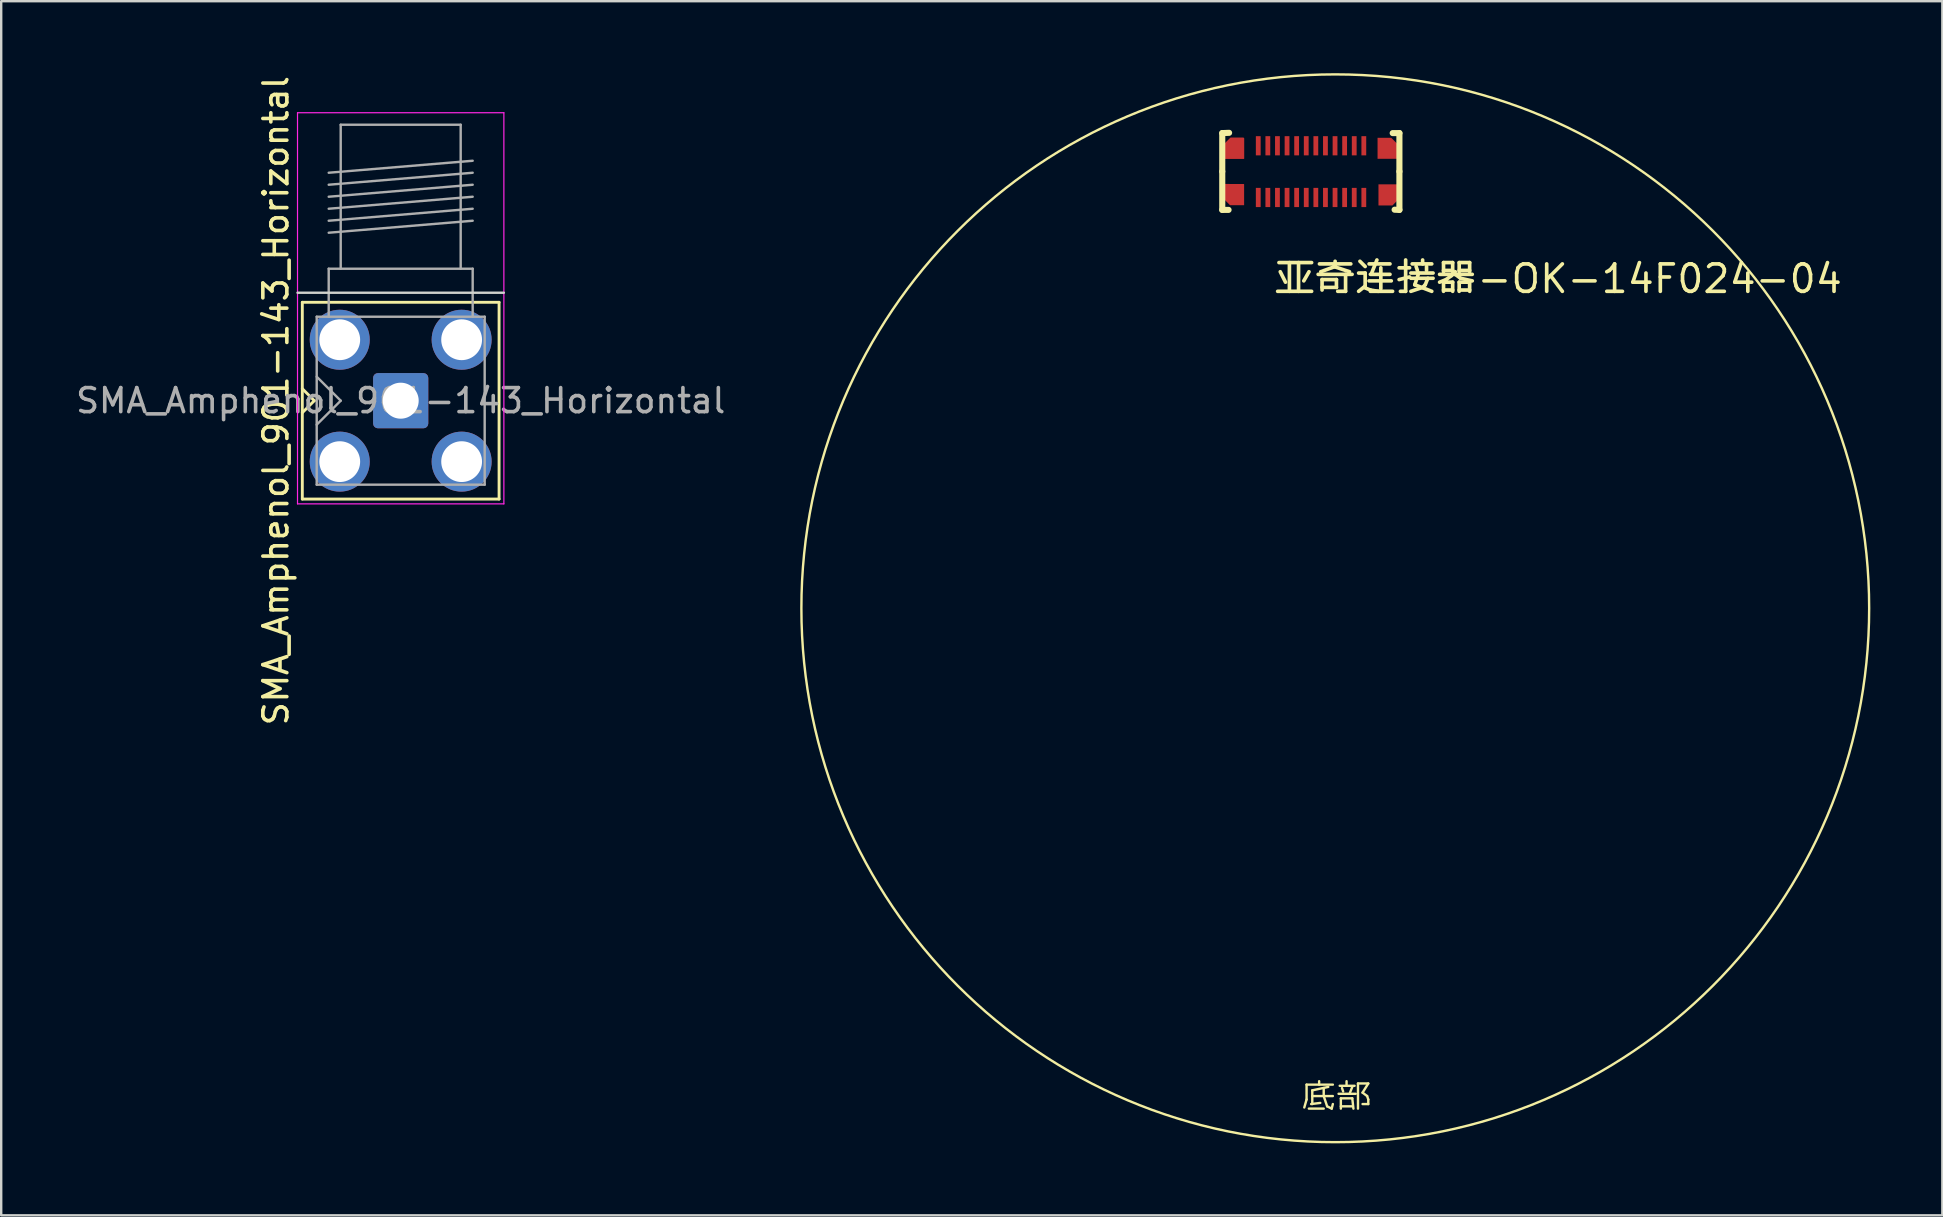
<source format=kicad_pcb>
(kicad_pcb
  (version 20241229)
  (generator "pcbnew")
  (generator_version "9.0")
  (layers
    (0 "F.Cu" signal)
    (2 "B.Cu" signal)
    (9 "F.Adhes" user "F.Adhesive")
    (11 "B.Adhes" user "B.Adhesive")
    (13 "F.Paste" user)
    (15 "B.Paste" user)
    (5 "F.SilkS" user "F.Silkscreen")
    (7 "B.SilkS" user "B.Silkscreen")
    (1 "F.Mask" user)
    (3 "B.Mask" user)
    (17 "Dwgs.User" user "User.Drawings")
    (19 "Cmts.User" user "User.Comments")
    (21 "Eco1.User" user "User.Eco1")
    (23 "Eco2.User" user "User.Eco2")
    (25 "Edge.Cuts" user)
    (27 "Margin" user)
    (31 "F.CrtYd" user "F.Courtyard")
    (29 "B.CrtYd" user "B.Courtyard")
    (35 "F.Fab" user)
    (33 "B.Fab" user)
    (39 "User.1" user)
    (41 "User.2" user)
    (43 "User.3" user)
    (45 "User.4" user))
  (footprint "亚奇连接器-OK-14F024-04"
    (layer "F.Cu")
    (at 51.988 23.57)
    (property "Reference" "亚奇连接器-OK-14F024-04" (at -2 -15 180) (layer "F.SilkS") (effects (font (size 1.143 1.143) (thickness 0.152)) (justify left)))
    (attr smd)
    (fp_poly (pts (xy 2.939 -20.876) (xy 2.943 -20.875) (xy 3.228 -20.591) (xy 3.228 -20.002) (xy 3.224 -20.001) (xy 2.372 -20.001) (xy 2.372 -20) (xy 2.372 -20.876) (xy 2.939 -20.876)) (stroke (width 0) (type solid)) (fill yes) (layer "F.Cu"))
    (fp_poly (pts (xy -3.215 -20.888) (xy -3.185 -20.857) (xy -3.185 -20.007) (xy -3.198 -19.997) (xy -4.058 -19.997) (xy -4.062 -19.994) (xy -4.062 -20.58) (xy -4.052 -20.593) (xy -3.757 -20.888) (xy -3.215 -20.888)) (stroke (width 0) (type solid)) (fill yes) (layer "F.Cu"))
    (fp_poly (pts (xy -3.198 -18.068) (xy -3.773 -18.068) (xy -3.776 -18.068) (xy -4.06 -18.352) (xy -4.06 -18.944) (xy -4.05 -18.954) (xy -3.202 -18.951) (xy -3.189 -18.938) (xy -3.189 -18.072) (xy -3.191 -18.07)) (stroke (width 0) (type solid)) (fill yes) (layer "F.Cu"))
    (fp_poly (pts (xy 3.265 -18.347) (xy 3.265 -18.938) (xy 3.266 -18.939) (xy 2.412 -18.939) (xy 2.41 -18.937) (xy 2.41 -18.061) (xy 2.414 -18.057) (xy 2.998 -18.057) (xy 2.999 -18.057) (xy 2.999 -18.064) (xy 3.269 -18.335)) (stroke (width 0) (type solid)) (fill yes) (layer "F.Cu"))
    (fp_line (start -4.079 -20.596) (end -3.779 -20.896) (stroke (width 0.045) (type solid)) (layer "F.Mask"))
    (fp_line (start -4.079 -19.976) (end -4.079 -20.596) (stroke (width 0.045) (type solid)) (layer "F.Mask"))
    (fp_line (start -4.078 -18.967) (end -4.078 -18.347) (stroke (width 0.045) (type solid)) (layer "F.Mask"))
    (fp_line (start -4.078 -18.347) (end -3.778 -18.046) (stroke (width 0.045) (type solid)) (layer "F.Mask"))
    (fp_line (start -3.779 -20.896) (end -3.179 -20.896) (stroke (width 0.045) (type solid)) (layer "F.Mask"))
    (fp_line (start -3.778 -18.046) (end -3.178 -18.046) (stroke (width 0.045) (type solid)) (layer "F.Mask"))
    (fp_line (start -3.179 -20.896) (end -3.179 -19.976) (stroke (width 0.045) (type solid)) (layer "F.Mask"))
    (fp_line (start -3.179 -19.976) (end -4.079 -19.976) (stroke (width 0.045) (type solid)) (layer "F.Mask"))
    (fp_line (start -3.178 -18.967) (end -4.078 -18.967) (stroke (width 0.045) (type solid)) (layer "F.Mask"))
    (fp_line (start -3.178 -18.046) (end -3.178 -18.967) (stroke (width 0.045) (type solid)) (layer "F.Mask"))
    (fp_line (start 2.349 -20.898) (end 2.349 -19.978) (stroke (width 0.045) (type solid)) (layer "F.Mask"))
    (fp_line (start 2.349 -19.978) (end 3.249 -19.978) (stroke (width 0.045) (type solid)) (layer "F.Mask"))
    (fp_line (start 2.388 -18.958) (end 3.288 -18.958) (stroke (width 0.045) (type solid)) (layer "F.Mask"))
    (fp_line (start 2.388 -18.038) (end 2.388 -18.958) (stroke (width 0.045) (type solid)) (layer "F.Mask"))
    (fp_line (start 2.949 -20.898) (end 2.349 -20.898) (stroke (width 0.045) (type solid)) (layer "F.Mask"))
    (fp_line (start 2.988 -18.038) (end 2.388 -18.038) (stroke (width 0.045) (type solid)) (layer "F.Mask"))
    (fp_line (start 3.249 -20.598) (end 2.949 -20.898) (stroke (width 0.045) (type solid)) (layer "F.Mask"))
    (fp_line (start 3.249 -19.978) (end 3.249 -20.598) (stroke (width 0.045) (type solid)) (layer "F.Mask"))
    (fp_line (start 3.288 -18.958) (end 3.288 -18.338) (stroke (width 0.045) (type solid)) (layer "F.Mask"))
    (fp_line (start 3.288 -18.338) (end 2.988 -18.038) (stroke (width 0.045) (type solid)) (layer "F.Mask"))
    (fp_line (start -4.1 -21.073) (end -3.815 -21.085) (stroke (width 0.254) (type solid)) (layer "F.SilkS"))
    (fp_line (start -4.1 -19.473) (end -4.1 -21.073) (stroke (width 0.254) (type solid)) (layer "F.SilkS"))
    (fp_line (start -4.1 -19.473) (end -4.1 -17.873) (stroke (width 0.254) (type solid)) (layer "F.SilkS"))
    (fp_line (start -4.1 -17.873) (end -3.837 -17.873) (stroke (width 0.254) (type solid)) (layer "F.SilkS"))
    (fp_line (start 3.283 -21.073) (end 3.003 -21.073) (stroke (width 0.254) (type solid)) (layer "F.SilkS"))
    (fp_line (start 3.283 -19.473) (end 3.283 -21.073) (stroke (width 0.254) (type solid)) (layer "F.SilkS"))
    (fp_line (start 3.283 -19.473) (end 3.283 -17.873) (stroke (width 0.254) (type solid)) (layer "F.SilkS"))
    (fp_line (start 3.283 -17.873) (end 3.083 -17.88) (stroke (width 0.254) (type solid)) (layer "F.SilkS"))
    (fp_circle (center 0.61 -1.27) (end 0.61 -23.52) (stroke (width 0.1) (type default)) (fill no) (layer "F.SilkS"))
    (fp_text user "底部" (at -0.89 19.71 0) (unlocked yes) (layer "F.SilkS") (effects (font (size 1 1) (thickness 0.1)) (justify left bottom)))
    (pad "1" smd rect (at -2.6 -18.39 180) (size 0.2 0.8) (layers "F.Cu" "F.Mask" "F.Paste"))
    (pad "2" smd rect (at -2.2 -18.39 180) (size 0.2 0.8) (layers "F.Cu" "F.Mask" "F.Paste"))
    (pad "3" smd rect (at -1.8 -18.39 180) (size 0.2 0.8) (layers "F.Cu" "F.Mask" "F.Paste"))
    (pad "4" smd rect (at -1.4 -18.39 180) (size 0.2 0.8) (layers "F.Cu" "F.Mask" "F.Paste"))
    (pad "5" smd rect (at -1 -18.39 180) (size 0.2 0.8) (layers "F.Cu" "F.Mask" "F.Paste"))
    (pad "6" smd rect (at -0.6 -18.39 180) (size 0.2 0.8) (layers "F.Cu" "F.Mask" "F.Paste"))
    (pad "7" smd rect (at -0.2 -18.39 180) (size 0.2 0.8) (layers "F.Cu" "F.Mask" "F.Paste"))
    (pad "8" smd rect (at 0.2 -18.39 180) (size 0.2 0.8) (layers "F.Cu" "F.Mask" "F.Paste"))
    (pad "9" smd rect (at 0.6 -18.39 180) (size 0.2 0.8) (layers "F.Cu" "F.Mask" "F.Paste"))
    (pad "10" smd rect (at 1 -18.39 180) (size 0.2 0.8) (layers "F.Cu" "F.Mask" "F.Paste"))
    (pad "11" smd rect (at 1.4 -18.39 180) (size 0.2 0.8) (layers "F.Cu" "F.Mask" "F.Paste"))
    (pad "12" smd rect (at 1.8 -18.39 180) (size 0.2 0.8) (layers "F.Cu" "F.Mask" "F.Paste"))
    (pad "13" smd rect (at 1.8 -20.545 180) (size 0.2 0.8) (layers "F.Cu" "F.Mask" "F.Paste"))
    (pad "14" smd rect (at 1.4 -20.545 180) (size 0.2 0.8) (layers "F.Cu" "F.Mask" "F.Paste"))
    (pad "15" smd rect (at 1 -20.545 180) (size 0.2 0.8) (layers "F.Cu" "F.Mask" "F.Paste"))
    (pad "16" smd rect (at 0.6 -20.545 180) (size 0.2 0.8) (layers "F.Cu" "F.Mask" "F.Paste"))
    (pad "17" smd rect (at 0.2 -20.545 180) (size 0.2 0.8) (layers "F.Cu" "F.Mask" "F.Paste"))
    (pad "18" smd rect (at -0.2 -20.545 180) (size 0.2 0.8) (layers "F.Cu" "F.Mask" "F.Paste"))
    (pad "19" smd rect (at -0.6 -20.545 180) (size 0.2 0.8) (layers "F.Cu" "F.Mask" "F.Paste"))
    (pad "20" smd rect (at -1 -20.545 180) (size 0.2 0.8) (layers "F.Cu" "F.Mask" "F.Paste"))
    (pad "21" smd rect (at -1.4 -20.545 180) (size 0.2 0.8) (layers "F.Cu" "F.Mask" "F.Paste"))
    (pad "22" smd rect (at -1.8 -20.545 180) (size 0.2 0.8) (layers "F.Cu" "F.Mask" "F.Paste"))
    (pad "23" smd rect (at -2.2 -20.545 180) (size 0.2 0.8) (layers "F.Cu" "F.Mask" "F.Paste"))
    (pad "24" smd rect (at -2.6 -20.545 180) (size 0.2 0.8) (layers "F.Cu" "F.Mask" "F.Paste")))
  (footprint "SMA_Amphenol_901-143_Horizontal"
    (layer "F.Cu")
    (at 13.649 13.649)
    (property "Reference" "SMA_Amphenol_901-143_Horizontal" (at -5.2 0 90) (layer "F.SilkS") (effects (font (size 1 1) (thickness 0.15))))
    (attr through_hole)
    (fp_line (start -4.1 -4.1) (end -4.1 4.1) (stroke (width 0.12) (type solid)) (layer "F.SilkS"))
    (fp_line (start -4.1 -4.1) (end 4.1 -4.1) (stroke (width 0.12) (type solid)) (layer "F.SilkS"))
    (fp_line (start -4.1 0.5) (end -3.6 0) (stroke (width 0.12) (type solid)) (layer "F.SilkS"))
    (fp_line (start -4.1 4.1) (end 4.1 4.1) (stroke (width 0.12) (type solid)) (layer "F.SilkS"))
    (fp_line (start -3.6 0) (end -4.1 -0.5) (stroke (width 0.12) (type solid)) (layer "F.SilkS"))
    (fp_line (start 4.1 -4.1) (end 4.1 4.1) (stroke (width 0.12) (type solid)) (layer "F.SilkS"))
    (fp_line (start 4.3 -4.5) (end -4.3 -4.5) (stroke (width 0.1) (type solid)) (layer "Edge.Cuts"))
    (fp_line (start -4.3 -12) (end -4.3 4.3) (stroke (width 0.05) (type solid)) (layer "F.CrtYd"))
    (fp_line (start -4.3 -12) (end 4.3 -12) (stroke (width 0.05) (type solid)) (layer "F.CrtYd"))
    (fp_line (start 4.3 4.3) (end -4.3 4.3) (stroke (width 0.05) (type solid)) (layer "F.CrtYd"))
    (fp_line (start 4.3 4.3) (end 4.3 -12) (stroke (width 0.05) (type solid)) (layer "F.CrtYd"))
    (fp_line (start -3.5 -3.5) (end -3.5 3.5) (stroke (width 0.1) (type solid)) (layer "F.Fab"))
    (fp_line (start -3.5 -3.5) (end 3.5 -3.5) (stroke (width 0.1) (type solid)) (layer "F.Fab"))
    (fp_line (start -3.5 -1) (end -2.5 0) (stroke (width 0.1) (type solid)) (layer "F.Fab"))
    (fp_line (start -3.5 3.5) (end 3.5 3.5) (stroke (width 0.1) (type solid)) (layer "F.Fab"))
    (fp_line (start -3 -9.5) (end 3 -10) (stroke (width 0.1) (type solid)) (layer "F.Fab"))
    (fp_line (start -3 -9) (end 3 -9.5) (stroke (width 0.1) (type solid)) (layer "F.Fab"))
    (fp_line (start -3 -8.5) (end 3 -9) (stroke (width 0.1) (type solid)) (layer "F.Fab"))
    (fp_line (start -3 -8) (end 3 -8.5) (stroke (width 0.1) (type solid)) (layer "F.Fab"))
    (fp_line (start -3 -7.5) (end 3 -8) (stroke (width 0.1) (type solid)) (layer "F.Fab"))
    (fp_line (start -3 -7) (end 3 -7.5) (stroke (width 0.1) (type solid)) (layer "F.Fab"))
    (fp_line (start -3 -5.5) (end -3 -3.5) (stroke (width 0.1) (type solid)) (layer "F.Fab"))
    (fp_line (start -2.5 -11.5) (end -2.5 -5.5) (stroke (width 0.1) (type solid)) (layer "F.Fab"))
    (fp_line (start -2.5 -11.5) (end 2.5 -11.5) (stroke (width 0.1) (type solid)) (layer "F.Fab"))
    (fp_line (start -2.5 0) (end -3.5 1) (stroke (width 0.1) (type solid)) (layer "F.Fab"))
    (fp_line (start 2.5 -11.5) (end 2.5 -5.5) (stroke (width 0.1) (type solid)) (layer "F.Fab"))
    (fp_line (start 3 -5.5) (end -3 -5.5) (stroke (width 0.1) (type solid)) (layer "F.Fab"))
    (fp_line (start 3 -5.5) (end 3 -3.5) (stroke (width 0.1) (type solid)) (layer "F.Fab"))
    (fp_line (start 3.5 -3.5) (end 3.5 3.5) (stroke (width 0.1) (type solid)) (layer "F.Fab"))
    (fp_text user "${REFERENCE}" (at 0 0 0) (layer "F.Fab") (effects (font (size 1 1) (thickness 0.15))))
    (pad "1" thru_hole roundrect (at 0 0) (size 2.3 2.3) (drill 1.5) (layers "*.Cu" "*.Mask") (remove_unused_layers yes) (keep_end_layers yes) (zone_layer_connections) (roundrect_rratio 0.087))
    (pad "2" thru_hole circle (at -2.54 -2.54) (size 2.5 2.5) (drill 1.7) (layers "*.Cu" "*.Mask") (remove_unused_layers yes) (keep_end_layers yes) (zone_layer_connections))
    (pad "2" thru_hole circle (at -2.54 2.54) (size 2.5 2.5) (drill 1.7) (layers "*.Cu" "*.Mask") (remove_unused_layers yes) (keep_end_layers yes) (zone_layer_connections))
    (pad "2" thru_hole circle (at 2.54 -2.54) (size 2.5 2.5) (drill 1.7) (layers "*.Cu" "*.Mask") (remove_unused_layers yes) (keep_end_layers yes) (zone_layer_connections))
    (pad "2" thru_hole circle (at 2.54 2.54) (size 2.5 2.5) (drill 1.7) (layers "*.Cu" "*.Mask") (remove_unused_layers yes) (keep_end_layers yes) (zone_layer_connections)))
  (gr_rect
    (start -3 -3)
    (end 77.898 47.6)
    (stroke (width 0.1) (type default))
    (fill no)
    (layer "Edge.Cuts")))
</source>
